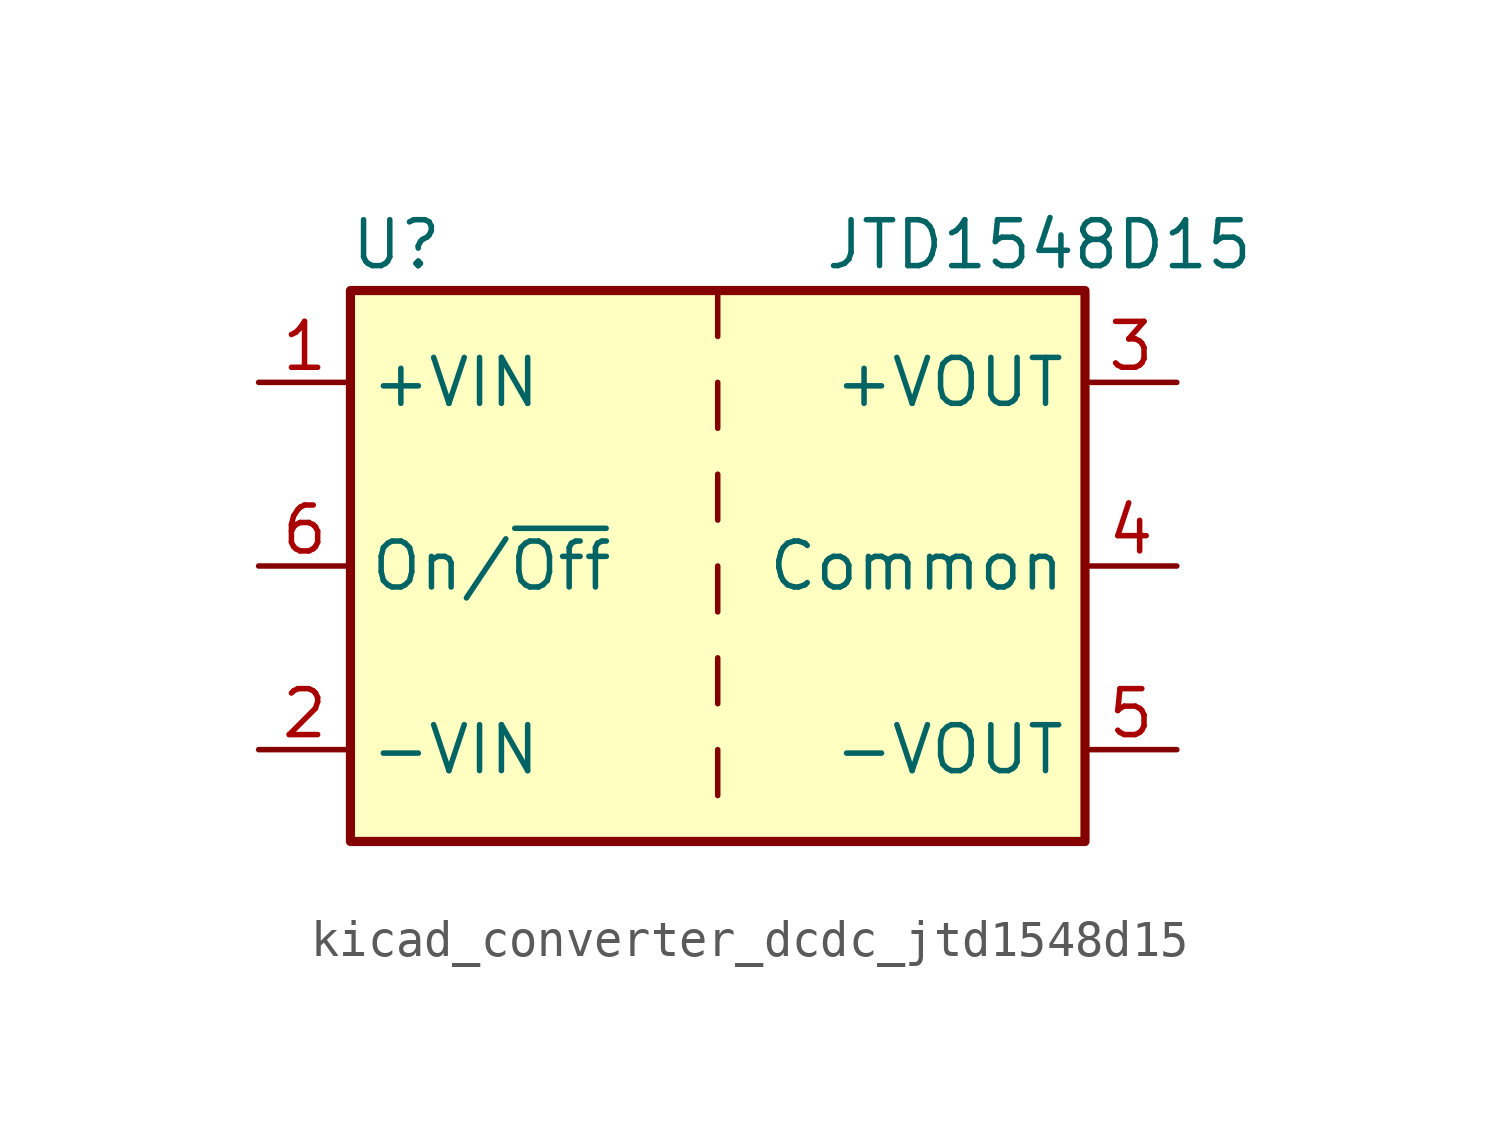
<source format=kicad_sym>
(kicad_symbol_lib
  (version 20220914)
  (generator kicad_symbol_editor)
  (symbol "kicad_converter_dcdc_jtd1548d15"
    (property "Reference" "U"
      (at -8.89 8.89 0)
      (effects (font (size 1.27 1.27))))
    (property "Value" "JTD1548D15"
      (at 8.89 8.89 0)
      (effects (font (size 1.27 1.27))))
    (symbol "kicad_converter_dcdc_jtd1548d15_0_1"
      (rectangle (start -10.16 7.62) (end 10.16 -7.62) (stroke (width 0.254) (type default)) (fill (type background)))
      (polyline (pts (xy 0 -5.08) (xy 0 -6.35)) (stroke (width 0) (type default)) (fill (type none)))
      (polyline (pts (xy 0 -2.54) (xy 0 -3.81)) (stroke (width 0) (type default)) (fill (type none)))
      (polyline (pts (xy 0 0) (xy 0 -1.27)) (stroke (width 0) (type default)) (fill (type none)))
      (polyline (pts (xy 0 2.54) (xy 0 1.27)) (stroke (width 0) (type default)) (fill (type none)))
      (polyline (pts (xy 0 5.08) (xy 0 3.81)) (stroke (width 0) (type default)) (fill (type none)))
      (polyline (pts (xy 0 7.62) (xy 0 6.35)) (stroke (width 0) (type default)) (fill (type none))))
    (symbol "kicad_converter_dcdc_jtd1548d15_1_1"
      (pin power_in line (at -12.7 5.08 0) (length 2.54) (name "+VIN" (effects (font (size 1.27 1.27)))) (number "1" (effects (font (size 1.27 1.27)))))
      (pin power_in line (at -12.7 -5.08 0) (length 2.54) (name "-VIN" (effects (font (size 1.27 1.27)))) (number "2" (effects (font (size 1.27 1.27)))))
      (pin power_out line (at 12.7 5.08 180) (length 2.54) (name "+VOUT" (effects (font (size 1.27 1.27)))) (number "3" (effects (font (size 1.27 1.27)))))
      (pin power_out line (at 12.7 0 180) (length 2.54) (name "Common" (effects (font (size 1.27 1.27)))) (number "4" (effects (font (size 1.27 1.27)))))
      (pin power_out line (at 12.7 -5.08 180) (length 2.54) (name "-VOUT" (effects (font (size 1.27 1.27)))) (number "5" (effects (font (size 1.27 1.27)))))
      (pin input line (at -12.7 0 0) (length 2.54) (name "On/~{Off}" (effects (font (size 1.27 1.27)))) (number "6" (effects (font (size 1.27 1.27))))))))
</source>
